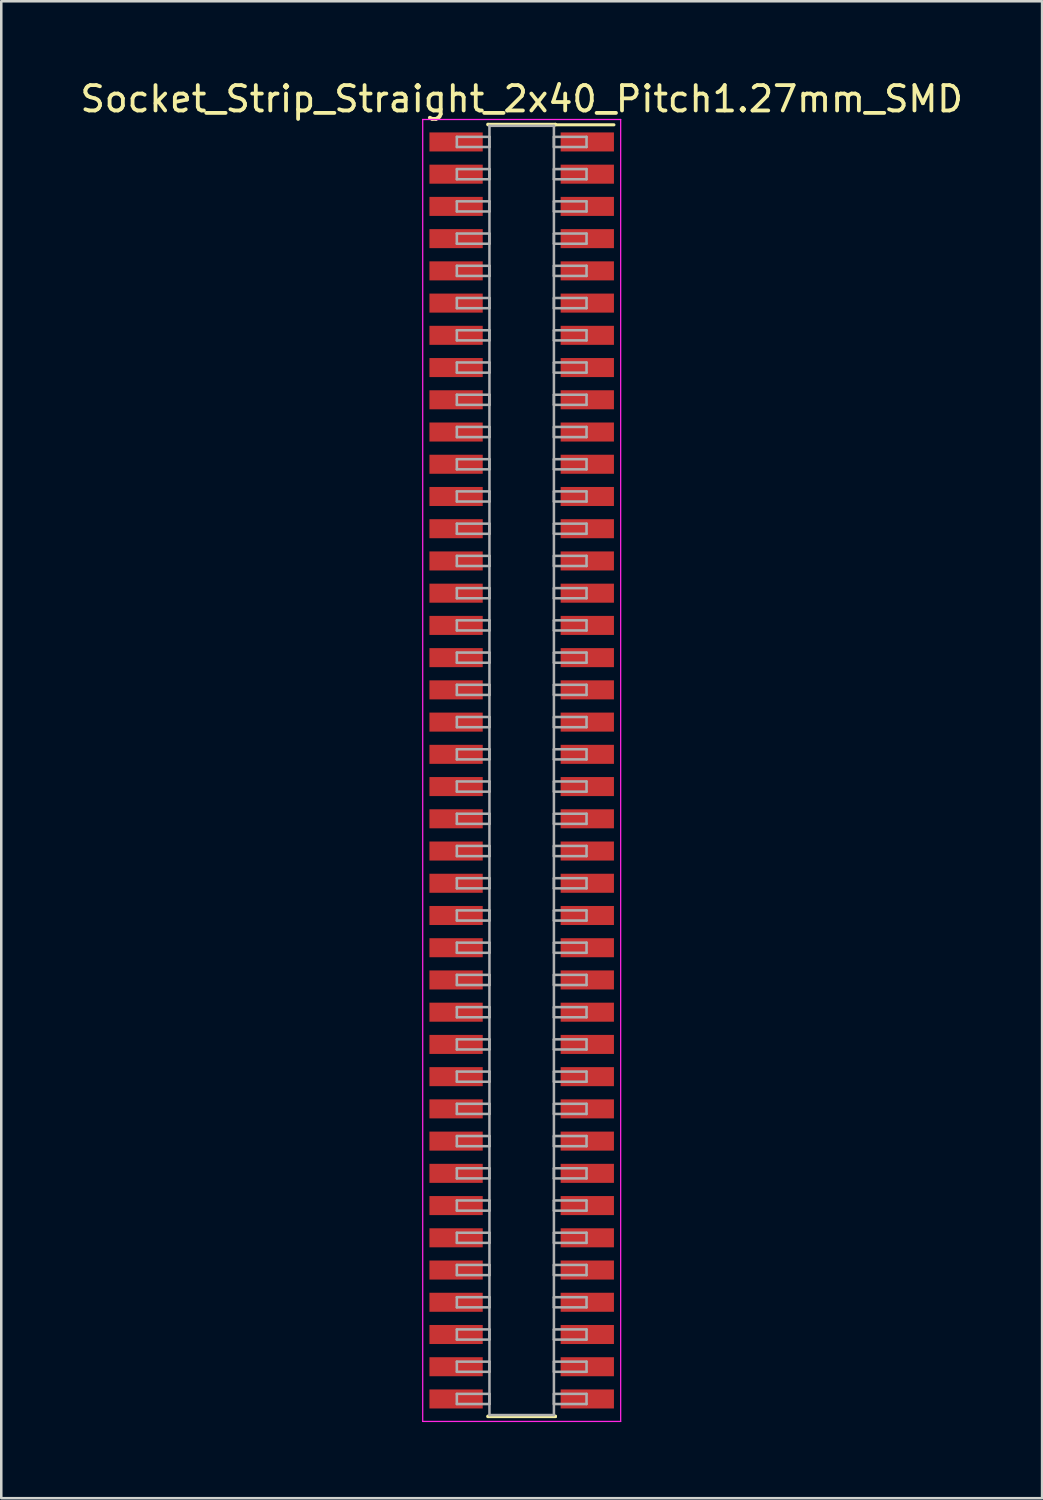
<source format=kicad_pcb>
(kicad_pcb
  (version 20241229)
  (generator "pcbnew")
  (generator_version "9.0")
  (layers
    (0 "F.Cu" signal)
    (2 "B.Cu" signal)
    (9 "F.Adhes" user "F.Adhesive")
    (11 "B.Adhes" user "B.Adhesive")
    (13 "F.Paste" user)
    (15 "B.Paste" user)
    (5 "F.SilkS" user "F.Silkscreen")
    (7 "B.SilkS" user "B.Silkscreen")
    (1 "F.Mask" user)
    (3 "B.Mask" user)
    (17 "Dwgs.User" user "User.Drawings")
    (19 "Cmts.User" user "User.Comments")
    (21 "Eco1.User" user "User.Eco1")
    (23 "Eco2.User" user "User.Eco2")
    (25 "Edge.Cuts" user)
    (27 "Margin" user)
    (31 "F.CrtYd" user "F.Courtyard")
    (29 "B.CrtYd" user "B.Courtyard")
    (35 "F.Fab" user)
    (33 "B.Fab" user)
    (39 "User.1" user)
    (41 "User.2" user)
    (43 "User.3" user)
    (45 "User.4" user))
  (footprint "Socket_Strip_Straight_2x40_Pitch1.27mm_SMD"
    (layer "F.Cu")
    (at 17.506 27.308)
    (property "Reference" "Socket_Strip_Straight_2x40_Pitch1.27mm_SMD" (at 0 -26.46 0) (layer "F.SilkS") (effects (font (size 1 1) (thickness 0.15))))
    (attr smd)
    (fp_line (start -1.33 -25.46) (end 1.33 -25.46) (stroke (width 0.12) (type solid)) (layer "F.SilkS"))
    (fp_line (start -1.33 -25.44) (end -1.33 -25.46) (stroke (width 0.12) (type solid)) (layer "F.SilkS"))
    (fp_line (start -1.33 25.44) (end -1.33 25.46) (stroke (width 0.12) (type solid)) (layer "F.SilkS"))
    (fp_line (start -1.33 25.46) (end 1.33 25.46) (stroke (width 0.12) (type solid)) (layer "F.SilkS"))
    (fp_line (start 1.33 -25.46) (end 1.33 -25.44) (stroke (width 0.12) (type solid)) (layer "F.SilkS"))
    (fp_line (start 1.33 25.46) (end 1.33 25.44) (stroke (width 0.12) (type solid)) (layer "F.SilkS"))
    (fp_line (start 3.635 -25.44) (end 1.33 -25.44) (stroke (width 0.12) (type solid)) (layer "F.SilkS"))
    (fp_line (start -3.9 -25.65) (end -3.9 25.65) (stroke (width 0.05) (type solid)) (layer "F.CrtYd"))
    (fp_line (start -3.9 25.65) (end 3.9 25.65) (stroke (width 0.05) (type solid)) (layer "F.CrtYd"))
    (fp_line (start 3.9 -25.65) (end -3.9 -25.65) (stroke (width 0.05) (type solid)) (layer "F.CrtYd"))
    (fp_line (start 3.9 25.65) (end 3.9 -25.65) (stroke (width 0.05) (type solid)) (layer "F.CrtYd"))
    (fp_line (start -2.555 -24.965) (end -1.27 -24.965) (stroke (width 0.1) (type solid)) (layer "F.Fab"))
    (fp_line (start -2.555 -24.565) (end -2.555 -24.965) (stroke (width 0.1) (type solid)) (layer "F.Fab"))
    (fp_line (start -2.555 -23.695) (end -1.27 -23.695) (stroke (width 0.1) (type solid)) (layer "F.Fab"))
    (fp_line (start -2.555 -23.295) (end -2.555 -23.695) (stroke (width 0.1) (type solid)) (layer "F.Fab"))
    (fp_line (start -2.555 -22.425) (end -1.27 -22.425) (stroke (width 0.1) (type solid)) (layer "F.Fab"))
    (fp_line (start -2.555 -22.025) (end -2.555 -22.425) (stroke (width 0.1) (type solid)) (layer "F.Fab"))
    (fp_line (start -2.555 -21.155) (end -1.27 -21.155) (stroke (width 0.1) (type solid)) (layer "F.Fab"))
    (fp_line (start -2.555 -20.755) (end -2.555 -21.155) (stroke (width 0.1) (type solid)) (layer "F.Fab"))
    (fp_line (start -2.555 -19.885) (end -1.27 -19.885) (stroke (width 0.1) (type solid)) (layer "F.Fab"))
    (fp_line (start -2.555 -19.485) (end -2.555 -19.885) (stroke (width 0.1) (type solid)) (layer "F.Fab"))
    (fp_line (start -2.555 -18.615) (end -1.27 -18.615) (stroke (width 0.1) (type solid)) (layer "F.Fab"))
    (fp_line (start -2.555 -18.215) (end -2.555 -18.615) (stroke (width 0.1) (type solid)) (layer "F.Fab"))
    (fp_line (start -2.555 -17.345) (end -1.27 -17.345) (stroke (width 0.1) (type solid)) (layer "F.Fab"))
    (fp_line (start -2.555 -16.945) (end -2.555 -17.345) (stroke (width 0.1) (type solid)) (layer "F.Fab"))
    (fp_line (start -2.555 -16.075) (end -1.27 -16.075) (stroke (width 0.1) (type solid)) (layer "F.Fab"))
    (fp_line (start -2.555 -15.675) (end -2.555 -16.075) (stroke (width 0.1) (type solid)) (layer "F.Fab"))
    (fp_line (start -2.555 -14.805) (end -1.27 -14.805) (stroke (width 0.1) (type solid)) (layer "F.Fab"))
    (fp_line (start -2.555 -14.405) (end -2.555 -14.805) (stroke (width 0.1) (type solid)) (layer "F.Fab"))
    (fp_line (start -2.555 -13.535) (end -1.27 -13.535) (stroke (width 0.1) (type solid)) (layer "F.Fab"))
    (fp_line (start -2.555 -13.135) (end -2.555 -13.535) (stroke (width 0.1) (type solid)) (layer "F.Fab"))
    (fp_line (start -2.555 -12.265) (end -1.27 -12.265) (stroke (width 0.1) (type solid)) (layer "F.Fab"))
    (fp_line (start -2.555 -11.865) (end -2.555 -12.265) (stroke (width 0.1) (type solid)) (layer "F.Fab"))
    (fp_line (start -2.555 -10.995) (end -1.27 -10.995) (stroke (width 0.1) (type solid)) (layer "F.Fab"))
    (fp_line (start -2.555 -10.595) (end -2.555 -10.995) (stroke (width 0.1) (type solid)) (layer "F.Fab"))
    (fp_line (start -2.555 -9.725) (end -1.27 -9.725) (stroke (width 0.1) (type solid)) (layer "F.Fab"))
    (fp_line (start -2.555 -9.325) (end -2.555 -9.725) (stroke (width 0.1) (type solid)) (layer "F.Fab"))
    (fp_line (start -2.555 -8.455) (end -1.27 -8.455) (stroke (width 0.1) (type solid)) (layer "F.Fab"))
    (fp_line (start -2.555 -8.055) (end -2.555 -8.455) (stroke (width 0.1) (type solid)) (layer "F.Fab"))
    (fp_line (start -2.555 -7.185) (end -1.27 -7.185) (stroke (width 0.1) (type solid)) (layer "F.Fab"))
    (fp_line (start -2.555 -6.785) (end -2.555 -7.185) (stroke (width 0.1) (type solid)) (layer "F.Fab"))
    (fp_line (start -2.555 -5.915) (end -1.27 -5.915) (stroke (width 0.1) (type solid)) (layer "F.Fab"))
    (fp_line (start -2.555 -5.515) (end -2.555 -5.915) (stroke (width 0.1) (type solid)) (layer "F.Fab"))
    (fp_line (start -2.555 -4.645) (end -1.27 -4.645) (stroke (width 0.1) (type solid)) (layer "F.Fab"))
    (fp_line (start -2.555 -4.245) (end -2.555 -4.645) (stroke (width 0.1) (type solid)) (layer "F.Fab"))
    (fp_line (start -2.555 -3.375) (end -1.27 -3.375) (stroke (width 0.1) (type solid)) (layer "F.Fab"))
    (fp_line (start -2.555 -2.975) (end -2.555 -3.375) (stroke (width 0.1) (type solid)) (layer "F.Fab"))
    (fp_line (start -2.555 -2.105) (end -1.27 -2.105) (stroke (width 0.1) (type solid)) (layer "F.Fab"))
    (fp_line (start -2.555 -1.705) (end -2.555 -2.105) (stroke (width 0.1) (type solid)) (layer "F.Fab"))
    (fp_line (start -2.555 -0.835) (end -1.27 -0.835) (stroke (width 0.1) (type solid)) (layer "F.Fab"))
    (fp_line (start -2.555 -0.435) (end -2.555 -0.835) (stroke (width 0.1) (type solid)) (layer "F.Fab"))
    (fp_line (start -2.555 0.435) (end -1.27 0.435) (stroke (width 0.1) (type solid)) (layer "F.Fab"))
    (fp_line (start -2.555 0.835) (end -2.555 0.435) (stroke (width 0.1) (type solid)) (layer "F.Fab"))
    (fp_line (start -2.555 1.705) (end -1.27 1.705) (stroke (width 0.1) (type solid)) (layer "F.Fab"))
    (fp_line (start -2.555 2.105) (end -2.555 1.705) (stroke (width 0.1) (type solid)) (layer "F.Fab"))
    (fp_line (start -2.555 2.975) (end -1.27 2.975) (stroke (width 0.1) (type solid)) (layer "F.Fab"))
    (fp_line (start -2.555 3.375) (end -2.555 2.975) (stroke (width 0.1) (type solid)) (layer "F.Fab"))
    (fp_line (start -2.555 4.245) (end -1.27 4.245) (stroke (width 0.1) (type solid)) (layer "F.Fab"))
    (fp_line (start -2.555 4.645) (end -2.555 4.245) (stroke (width 0.1) (type solid)) (layer "F.Fab"))
    (fp_line (start -2.555 5.515) (end -1.27 5.515) (stroke (width 0.1) (type solid)) (layer "F.Fab"))
    (fp_line (start -2.555 5.915) (end -2.555 5.515) (stroke (width 0.1) (type solid)) (layer "F.Fab"))
    (fp_line (start -2.555 6.785) (end -1.27 6.785) (stroke (width 0.1) (type solid)) (layer "F.Fab"))
    (fp_line (start -2.555 7.185) (end -2.555 6.785) (stroke (width 0.1) (type solid)) (layer "F.Fab"))
    (fp_line (start -2.555 8.055) (end -1.27 8.055) (stroke (width 0.1) (type solid)) (layer "F.Fab"))
    (fp_line (start -2.555 8.455) (end -2.555 8.055) (stroke (width 0.1) (type solid)) (layer "F.Fab"))
    (fp_line (start -2.555 9.325) (end -1.27 9.325) (stroke (width 0.1) (type solid)) (layer "F.Fab"))
    (fp_line (start -2.555 9.725) (end -2.555 9.325) (stroke (width 0.1) (type solid)) (layer "F.Fab"))
    (fp_line (start -2.555 10.595) (end -1.27 10.595) (stroke (width 0.1) (type solid)) (layer "F.Fab"))
    (fp_line (start -2.555 10.995) (end -2.555 10.595) (stroke (width 0.1) (type solid)) (layer "F.Fab"))
    (fp_line (start -2.555 11.865) (end -1.27 11.865) (stroke (width 0.1) (type solid)) (layer "F.Fab"))
    (fp_line (start -2.555 12.265) (end -2.555 11.865) (stroke (width 0.1) (type solid)) (layer "F.Fab"))
    (fp_line (start -2.555 13.135) (end -1.27 13.135) (stroke (width 0.1) (type solid)) (layer "F.Fab"))
    (fp_line (start -2.555 13.535) (end -2.555 13.135) (stroke (width 0.1) (type solid)) (layer "F.Fab"))
    (fp_line (start -2.555 14.405) (end -1.27 14.405) (stroke (width 0.1) (type solid)) (layer "F.Fab"))
    (fp_line (start -2.555 14.805) (end -2.555 14.405) (stroke (width 0.1) (type solid)) (layer "F.Fab"))
    (fp_line (start -2.555 15.675) (end -1.27 15.675) (stroke (width 0.1) (type solid)) (layer "F.Fab"))
    (fp_line (start -2.555 16.075) (end -2.555 15.675) (stroke (width 0.1) (type solid)) (layer "F.Fab"))
    (fp_line (start -2.555 16.945) (end -1.27 16.945) (stroke (width 0.1) (type solid)) (layer "F.Fab"))
    (fp_line (start -2.555 17.345) (end -2.555 16.945) (stroke (width 0.1) (type solid)) (layer "F.Fab"))
    (fp_line (start -2.555 18.215) (end -1.27 18.215) (stroke (width 0.1) (type solid)) (layer "F.Fab"))
    (fp_line (start -2.555 18.615) (end -2.555 18.215) (stroke (width 0.1) (type solid)) (layer "F.Fab"))
    (fp_line (start -2.555 19.485) (end -1.27 19.485) (stroke (width 0.1) (type solid)) (layer "F.Fab"))
    (fp_line (start -2.555 19.885) (end -2.555 19.485) (stroke (width 0.1) (type solid)) (layer "F.Fab"))
    (fp_line (start -2.555 20.755) (end -1.27 20.755) (stroke (width 0.1) (type solid)) (layer "F.Fab"))
    (fp_line (start -2.555 21.155) (end -2.555 20.755) (stroke (width 0.1) (type solid)) (layer "F.Fab"))
    (fp_line (start -2.555 22.025) (end -1.27 22.025) (stroke (width 0.1) (type solid)) (layer "F.Fab"))
    (fp_line (start -2.555 22.425) (end -2.555 22.025) (stroke (width 0.1) (type solid)) (layer "F.Fab"))
    (fp_line (start -2.555 23.295) (end -1.27 23.295) (stroke (width 0.1) (type solid)) (layer "F.Fab"))
    (fp_line (start -2.555 23.695) (end -2.555 23.295) (stroke (width 0.1) (type solid)) (layer "F.Fab"))
    (fp_line (start -2.555 24.565) (end -1.27 24.565) (stroke (width 0.1) (type solid)) (layer "F.Fab"))
    (fp_line (start -2.555 24.965) (end -2.555 24.565) (stroke (width 0.1) (type solid)) (layer "F.Fab"))
    (fp_line (start -1.27 -25.4) (end -1.27 25.4) (stroke (width 0.1) (type solid)) (layer "F.Fab"))
    (fp_line (start -1.27 -24.965) (end -1.27 -24.565) (stroke (width 0.1) (type solid)) (layer "F.Fab"))
    (fp_line (start -1.27 -24.565) (end -2.555 -24.565) (stroke (width 0.1) (type solid)) (layer "F.Fab"))
    (fp_line (start -1.27 -23.695) (end -1.27 -23.295) (stroke (width 0.1) (type solid)) (layer "F.Fab"))
    (fp_line (start -1.27 -23.295) (end -2.555 -23.295) (stroke (width 0.1) (type solid)) (layer "F.Fab"))
    (fp_line (start -1.27 -22.425) (end -1.27 -22.025) (stroke (width 0.1) (type solid)) (layer "F.Fab"))
    (fp_line (start -1.27 -22.025) (end -2.555 -22.025) (stroke (width 0.1) (type solid)) (layer "F.Fab"))
    (fp_line (start -1.27 -21.155) (end -1.27 -20.755) (stroke (width 0.1) (type solid)) (layer "F.Fab"))
    (fp_line (start -1.27 -20.755) (end -2.555 -20.755) (stroke (width 0.1) (type solid)) (layer "F.Fab"))
    (fp_line (start -1.27 -19.885) (end -1.27 -19.485) (stroke (width 0.1) (type solid)) (layer "F.Fab"))
    (fp_line (start -1.27 -19.485) (end -2.555 -19.485) (stroke (width 0.1) (type solid)) (layer "F.Fab"))
    (fp_line (start -1.27 -18.615) (end -1.27 -18.215) (stroke (width 0.1) (type solid)) (layer "F.Fab"))
    (fp_line (start -1.27 -18.215) (end -2.555 -18.215) (stroke (width 0.1) (type solid)) (layer "F.Fab"))
    (fp_line (start -1.27 -17.345) (end -1.27 -16.945) (stroke (width 0.1) (type solid)) (layer "F.Fab"))
    (fp_line (start -1.27 -16.945) (end -2.555 -16.945) (stroke (width 0.1) (type solid)) (layer "F.Fab"))
    (fp_line (start -1.27 -16.075) (end -1.27 -15.675) (stroke (width 0.1) (type solid)) (layer "F.Fab"))
    (fp_line (start -1.27 -15.675) (end -2.555 -15.675) (stroke (width 0.1) (type solid)) (layer "F.Fab"))
    (fp_line (start -1.27 -14.805) (end -1.27 -14.405) (stroke (width 0.1) (type solid)) (layer "F.Fab"))
    (fp_line (start -1.27 -14.405) (end -2.555 -14.405) (stroke (width 0.1) (type solid)) (layer "F.Fab"))
    (fp_line (start -1.27 -13.535) (end -1.27 -13.135) (stroke (width 0.1) (type solid)) (layer "F.Fab"))
    (fp_line (start -1.27 -13.135) (end -2.555 -13.135) (stroke (width 0.1) (type solid)) (layer "F.Fab"))
    (fp_line (start -1.27 -12.265) (end -1.27 -11.865) (stroke (width 0.1) (type solid)) (layer "F.Fab"))
    (fp_line (start -1.27 -11.865) (end -2.555 -11.865) (stroke (width 0.1) (type solid)) (layer "F.Fab"))
    (fp_line (start -1.27 -10.995) (end -1.27 -10.595) (stroke (width 0.1) (type solid)) (layer "F.Fab"))
    (fp_line (start -1.27 -10.595) (end -2.555 -10.595) (stroke (width 0.1) (type solid)) (layer "F.Fab"))
    (fp_line (start -1.27 -9.725) (end -1.27 -9.325) (stroke (width 0.1) (type solid)) (layer "F.Fab"))
    (fp_line (start -1.27 -9.325) (end -2.555 -9.325) (stroke (width 0.1) (type solid)) (layer "F.Fab"))
    (fp_line (start -1.27 -8.455) (end -1.27 -8.055) (stroke (width 0.1) (type solid)) (layer "F.Fab"))
    (fp_line (start -1.27 -8.055) (end -2.555 -8.055) (stroke (width 0.1) (type solid)) (layer "F.Fab"))
    (fp_line (start -1.27 -7.185) (end -1.27 -6.785) (stroke (width 0.1) (type solid)) (layer "F.Fab"))
    (fp_line (start -1.27 -6.785) (end -2.555 -6.785) (stroke (width 0.1) (type solid)) (layer "F.Fab"))
    (fp_line (start -1.27 -5.915) (end -1.27 -5.515) (stroke (width 0.1) (type solid)) (layer "F.Fab"))
    (fp_line (start -1.27 -5.515) (end -2.555 -5.515) (stroke (width 0.1) (type solid)) (layer "F.Fab"))
    (fp_line (start -1.27 -4.645) (end -1.27 -4.245) (stroke (width 0.1) (type solid)) (layer "F.Fab"))
    (fp_line (start -1.27 -4.245) (end -2.555 -4.245) (stroke (width 0.1) (type solid)) (layer "F.Fab"))
    (fp_line (start -1.27 -3.375) (end -1.27 -2.975) (stroke (width 0.1) (type solid)) (layer "F.Fab"))
    (fp_line (start -1.27 -2.975) (end -2.555 -2.975) (stroke (width 0.1) (type solid)) (layer "F.Fab"))
    (fp_line (start -1.27 -2.105) (end -1.27 -1.705) (stroke (width 0.1) (type solid)) (layer "F.Fab"))
    (fp_line (start -1.27 -1.705) (end -2.555 -1.705) (stroke (width 0.1) (type solid)) (layer "F.Fab"))
    (fp_line (start -1.27 -0.835) (end -1.27 -0.435) (stroke (width 0.1) (type solid)) (layer "F.Fab"))
    (fp_line (start -1.27 -0.435) (end -2.555 -0.435) (stroke (width 0.1) (type solid)) (layer "F.Fab"))
    (fp_line (start -1.27 0.435) (end -1.27 0.835) (stroke (width 0.1) (type solid)) (layer "F.Fab"))
    (fp_line (start -1.27 0.835) (end -2.555 0.835) (stroke (width 0.1) (type solid)) (layer "F.Fab"))
    (fp_line (start -1.27 1.705) (end -1.27 2.105) (stroke (width 0.1) (type solid)) (layer "F.Fab"))
    (fp_line (start -1.27 2.105) (end -2.555 2.105) (stroke (width 0.1) (type solid)) (layer "F.Fab"))
    (fp_line (start -1.27 2.975) (end -1.27 3.375) (stroke (width 0.1) (type solid)) (layer "F.Fab"))
    (fp_line (start -1.27 3.375) (end -2.555 3.375) (stroke (width 0.1) (type solid)) (layer "F.Fab"))
    (fp_line (start -1.27 4.245) (end -1.27 4.645) (stroke (width 0.1) (type solid)) (layer "F.Fab"))
    (fp_line (start -1.27 4.645) (end -2.555 4.645) (stroke (width 0.1) (type solid)) (layer "F.Fab"))
    (fp_line (start -1.27 5.515) (end -1.27 5.915) (stroke (width 0.1) (type solid)) (layer "F.Fab"))
    (fp_line (start -1.27 5.915) (end -2.555 5.915) (stroke (width 0.1) (type solid)) (layer "F.Fab"))
    (fp_line (start -1.27 6.785) (end -1.27 7.185) (stroke (width 0.1) (type solid)) (layer "F.Fab"))
    (fp_line (start -1.27 7.185) (end -2.555 7.185) (stroke (width 0.1) (type solid)) (layer "F.Fab"))
    (fp_line (start -1.27 8.055) (end -1.27 8.455) (stroke (width 0.1) (type solid)) (layer "F.Fab"))
    (fp_line (start -1.27 8.455) (end -2.555 8.455) (stroke (width 0.1) (type solid)) (layer "F.Fab"))
    (fp_line (start -1.27 9.325) (end -1.27 9.725) (stroke (width 0.1) (type solid)) (layer "F.Fab"))
    (fp_line (start -1.27 9.725) (end -2.555 9.725) (stroke (width 0.1) (type solid)) (layer "F.Fab"))
    (fp_line (start -1.27 10.595) (end -1.27 10.995) (stroke (width 0.1) (type solid)) (layer "F.Fab"))
    (fp_line (start -1.27 10.995) (end -2.555 10.995) (stroke (width 0.1) (type solid)) (layer "F.Fab"))
    (fp_line (start -1.27 11.865) (end -1.27 12.265) (stroke (width 0.1) (type solid)) (layer "F.Fab"))
    (fp_line (start -1.27 12.265) (end -2.555 12.265) (stroke (width 0.1) (type solid)) (layer "F.Fab"))
    (fp_line (start -1.27 13.135) (end -1.27 13.535) (stroke (width 0.1) (type solid)) (layer "F.Fab"))
    (fp_line (start -1.27 13.535) (end -2.555 13.535) (stroke (width 0.1) (type solid)) (layer "F.Fab"))
    (fp_line (start -1.27 14.405) (end -1.27 14.805) (stroke (width 0.1) (type solid)) (layer "F.Fab"))
    (fp_line (start -1.27 14.805) (end -2.555 14.805) (stroke (width 0.1) (type solid)) (layer "F.Fab"))
    (fp_line (start -1.27 15.675) (end -1.27 16.075) (stroke (width 0.1) (type solid)) (layer "F.Fab"))
    (fp_line (start -1.27 16.075) (end -2.555 16.075) (stroke (width 0.1) (type solid)) (layer "F.Fab"))
    (fp_line (start -1.27 16.945) (end -1.27 17.345) (stroke (width 0.1) (type solid)) (layer "F.Fab"))
    (fp_line (start -1.27 17.345) (end -2.555 17.345) (stroke (width 0.1) (type solid)) (layer "F.Fab"))
    (fp_line (start -1.27 18.215) (end -1.27 18.615) (stroke (width 0.1) (type solid)) (layer "F.Fab"))
    (fp_line (start -1.27 18.615) (end -2.555 18.615) (stroke (width 0.1) (type solid)) (layer "F.Fab"))
    (fp_line (start -1.27 19.485) (end -1.27 19.885) (stroke (width 0.1) (type solid)) (layer "F.Fab"))
    (fp_line (start -1.27 19.885) (end -2.555 19.885) (stroke (width 0.1) (type solid)) (layer "F.Fab"))
    (fp_line (start -1.27 20.755) (end -1.27 21.155) (stroke (width 0.1) (type solid)) (layer "F.Fab"))
    (fp_line (start -1.27 21.155) (end -2.555 21.155) (stroke (width 0.1) (type solid)) (layer "F.Fab"))
    (fp_line (start -1.27 22.025) (end -1.27 22.425) (stroke (width 0.1) (type solid)) (layer "F.Fab"))
    (fp_line (start -1.27 22.425) (end -2.555 22.425) (stroke (width 0.1) (type solid)) (layer "F.Fab"))
    (fp_line (start -1.27 23.295) (end -1.27 23.695) (stroke (width 0.1) (type solid)) (layer "F.Fab"))
    (fp_line (start -1.27 23.695) (end -2.555 23.695) (stroke (width 0.1) (type solid)) (layer "F.Fab"))
    (fp_line (start -1.27 24.565) (end -1.27 24.965) (stroke (width 0.1) (type solid)) (layer "F.Fab"))
    (fp_line (start -1.27 24.965) (end -2.555 24.965) (stroke (width 0.1) (type solid)) (layer "F.Fab"))
    (fp_line (start -1.27 25.4) (end 1.27 25.4) (stroke (width 0.1) (type solid)) (layer "F.Fab"))
    (fp_line (start 1.27 -25.4) (end -1.27 -25.4) (stroke (width 0.1) (type solid)) (layer "F.Fab"))
    (fp_line (start 1.27 -24.965) (end 1.27 -24.565) (stroke (width 0.1) (type solid)) (layer "F.Fab"))
    (fp_line (start 1.27 -24.565) (end 2.555 -24.565) (stroke (width 0.1) (type solid)) (layer "F.Fab"))
    (fp_line (start 1.27 -23.695) (end 1.27 -23.295) (stroke (width 0.1) (type solid)) (layer "F.Fab"))
    (fp_line (start 1.27 -23.295) (end 2.555 -23.295) (stroke (width 0.1) (type solid)) (layer "F.Fab"))
    (fp_line (start 1.27 -22.425) (end 1.27 -22.025) (stroke (width 0.1) (type solid)) (layer "F.Fab"))
    (fp_line (start 1.27 -22.025) (end 2.555 -22.025) (stroke (width 0.1) (type solid)) (layer "F.Fab"))
    (fp_line (start 1.27 -21.155) (end 1.27 -20.755) (stroke (width 0.1) (type solid)) (layer "F.Fab"))
    (fp_line (start 1.27 -20.755) (end 2.555 -20.755) (stroke (width 0.1) (type solid)) (layer "F.Fab"))
    (fp_line (start 1.27 -19.885) (end 1.27 -19.485) (stroke (width 0.1) (type solid)) (layer "F.Fab"))
    (fp_line (start 1.27 -19.485) (end 2.555 -19.485) (stroke (width 0.1) (type solid)) (layer "F.Fab"))
    (fp_line (start 1.27 -18.615) (end 1.27 -18.215) (stroke (width 0.1) (type solid)) (layer "F.Fab"))
    (fp_line (start 1.27 -18.215) (end 2.555 -18.215) (stroke (width 0.1) (type solid)) (layer "F.Fab"))
    (fp_line (start 1.27 -17.345) (end 1.27 -16.945) (stroke (width 0.1) (type solid)) (layer "F.Fab"))
    (fp_line (start 1.27 -16.945) (end 2.555 -16.945) (stroke (width 0.1) (type solid)) (layer "F.Fab"))
    (fp_line (start 1.27 -16.075) (end 1.27 -15.675) (stroke (width 0.1) (type solid)) (layer "F.Fab"))
    (fp_line (start 1.27 -15.675) (end 2.555 -15.675) (stroke (width 0.1) (type solid)) (layer "F.Fab"))
    (fp_line (start 1.27 -14.805) (end 1.27 -14.405) (stroke (width 0.1) (type solid)) (layer "F.Fab"))
    (fp_line (start 1.27 -14.405) (end 2.555 -14.405) (stroke (width 0.1) (type solid)) (layer "F.Fab"))
    (fp_line (start 1.27 -13.535) (end 1.27 -13.135) (stroke (width 0.1) (type solid)) (layer "F.Fab"))
    (fp_line (start 1.27 -13.135) (end 2.555 -13.135) (stroke (width 0.1) (type solid)) (layer "F.Fab"))
    (fp_line (start 1.27 -12.265) (end 1.27 -11.865) (stroke (width 0.1) (type solid)) (layer "F.Fab"))
    (fp_line (start 1.27 -11.865) (end 2.555 -11.865) (stroke (width 0.1) (type solid)) (layer "F.Fab"))
    (fp_line (start 1.27 -10.995) (end 1.27 -10.595) (stroke (width 0.1) (type solid)) (layer "F.Fab"))
    (fp_line (start 1.27 -10.595) (end 2.555 -10.595) (stroke (width 0.1) (type solid)) (layer "F.Fab"))
    (fp_line (start 1.27 -9.725) (end 1.27 -9.325) (stroke (width 0.1) (type solid)) (layer "F.Fab"))
    (fp_line (start 1.27 -9.325) (end 2.555 -9.325) (stroke (width 0.1) (type solid)) (layer "F.Fab"))
    (fp_line (start 1.27 -8.455) (end 1.27 -8.055) (stroke (width 0.1) (type solid)) (layer "F.Fab"))
    (fp_line (start 1.27 -8.055) (end 2.555 -8.055) (stroke (width 0.1) (type solid)) (layer "F.Fab"))
    (fp_line (start 1.27 -7.185) (end 1.27 -6.785) (stroke (width 0.1) (type solid)) (layer "F.Fab"))
    (fp_line (start 1.27 -6.785) (end 2.555 -6.785) (stroke (width 0.1) (type solid)) (layer "F.Fab"))
    (fp_line (start 1.27 -5.915) (end 1.27 -5.515) (stroke (width 0.1) (type solid)) (layer "F.Fab"))
    (fp_line (start 1.27 -5.515) (end 2.555 -5.515) (stroke (width 0.1) (type solid)) (layer "F.Fab"))
    (fp_line (start 1.27 -4.645) (end 1.27 -4.245) (stroke (width 0.1) (type solid)) (layer "F.Fab"))
    (fp_line (start 1.27 -4.245) (end 2.555 -4.245) (stroke (width 0.1) (type solid)) (layer "F.Fab"))
    (fp_line (start 1.27 -3.375) (end 1.27 -2.975) (stroke (width 0.1) (type solid)) (layer "F.Fab"))
    (fp_line (start 1.27 -2.975) (end 2.555 -2.975) (stroke (width 0.1) (type solid)) (layer "F.Fab"))
    (fp_line (start 1.27 -2.105) (end 1.27 -1.705) (stroke (width 0.1) (type solid)) (layer "F.Fab"))
    (fp_line (start 1.27 -1.705) (end 2.555 -1.705) (stroke (width 0.1) (type solid)) (layer "F.Fab"))
    (fp_line (start 1.27 -0.835) (end 1.27 -0.435) (stroke (width 0.1) (type solid)) (layer "F.Fab"))
    (fp_line (start 1.27 -0.435) (end 2.555 -0.435) (stroke (width 0.1) (type solid)) (layer "F.Fab"))
    (fp_line (start 1.27 0.435) (end 1.27 0.835) (stroke (width 0.1) (type solid)) (layer "F.Fab"))
    (fp_line (start 1.27 0.835) (end 2.555 0.835) (stroke (width 0.1) (type solid)) (layer "F.Fab"))
    (fp_line (start 1.27 1.705) (end 1.27 2.105) (stroke (width 0.1) (type solid)) (layer "F.Fab"))
    (fp_line (start 1.27 2.105) (end 2.555 2.105) (stroke (width 0.1) (type solid)) (layer "F.Fab"))
    (fp_line (start 1.27 2.975) (end 1.27 3.375) (stroke (width 0.1) (type solid)) (layer "F.Fab"))
    (fp_line (start 1.27 3.375) (end 2.555 3.375) (stroke (width 0.1) (type solid)) (layer "F.Fab"))
    (fp_line (start 1.27 4.245) (end 1.27 4.645) (stroke (width 0.1) (type solid)) (layer "F.Fab"))
    (fp_line (start 1.27 4.645) (end 2.555 4.645) (stroke (width 0.1) (type solid)) (layer "F.Fab"))
    (fp_line (start 1.27 5.515) (end 1.27 5.915) (stroke (width 0.1) (type solid)) (layer "F.Fab"))
    (fp_line (start 1.27 5.915) (end 2.555 5.915) (stroke (width 0.1) (type solid)) (layer "F.Fab"))
    (fp_line (start 1.27 6.785) (end 1.27 7.185) (stroke (width 0.1) (type solid)) (layer "F.Fab"))
    (fp_line (start 1.27 7.185) (end 2.555 7.185) (stroke (width 0.1) (type solid)) (layer "F.Fab"))
    (fp_line (start 1.27 8.055) (end 1.27 8.455) (stroke (width 0.1) (type solid)) (layer "F.Fab"))
    (fp_line (start 1.27 8.455) (end 2.555 8.455) (stroke (width 0.1) (type solid)) (layer "F.Fab"))
    (fp_line (start 1.27 9.325) (end 1.27 9.725) (stroke (width 0.1) (type solid)) (layer "F.Fab"))
    (fp_line (start 1.27 9.725) (end 2.555 9.725) (stroke (width 0.1) (type solid)) (layer "F.Fab"))
    (fp_line (start 1.27 10.595) (end 1.27 10.995) (stroke (width 0.1) (type solid)) (layer "F.Fab"))
    (fp_line (start 1.27 10.995) (end 2.555 10.995) (stroke (width 0.1) (type solid)) (layer "F.Fab"))
    (fp_line (start 1.27 11.865) (end 1.27 12.265) (stroke (width 0.1) (type solid)) (layer "F.Fab"))
    (fp_line (start 1.27 12.265) (end 2.555 12.265) (stroke (width 0.1) (type solid)) (layer "F.Fab"))
    (fp_line (start 1.27 13.135) (end 1.27 13.535) (stroke (width 0.1) (type solid)) (layer "F.Fab"))
    (fp_line (start 1.27 13.535) (end 2.555 13.535) (stroke (width 0.1) (type solid)) (layer "F.Fab"))
    (fp_line (start 1.27 14.405) (end 1.27 14.805) (stroke (width 0.1) (type solid)) (layer "F.Fab"))
    (fp_line (start 1.27 14.805) (end 2.555 14.805) (stroke (width 0.1) (type solid)) (layer "F.Fab"))
    (fp_line (start 1.27 15.675) (end 1.27 16.075) (stroke (width 0.1) (type solid)) (layer "F.Fab"))
    (fp_line (start 1.27 16.075) (end 2.555 16.075) (stroke (width 0.1) (type solid)) (layer "F.Fab"))
    (fp_line (start 1.27 16.945) (end 1.27 17.345) (stroke (width 0.1) (type solid)) (layer "F.Fab"))
    (fp_line (start 1.27 17.345) (end 2.555 17.345) (stroke (width 0.1) (type solid)) (layer "F.Fab"))
    (fp_line (start 1.27 18.215) (end 1.27 18.615) (stroke (width 0.1) (type solid)) (layer "F.Fab"))
    (fp_line (start 1.27 18.615) (end 2.555 18.615) (stroke (width 0.1) (type solid)) (layer "F.Fab"))
    (fp_line (start 1.27 19.485) (end 1.27 19.885) (stroke (width 0.1) (type solid)) (layer "F.Fab"))
    (fp_line (start 1.27 19.885) (end 2.555 19.885) (stroke (width 0.1) (type solid)) (layer "F.Fab"))
    (fp_line (start 1.27 20.755) (end 1.27 21.155) (stroke (width 0.1) (type solid)) (layer "F.Fab"))
    (fp_line (start 1.27 21.155) (end 2.555 21.155) (stroke (width 0.1) (type solid)) (layer "F.Fab"))
    (fp_line (start 1.27 22.025) (end 1.27 22.425) (stroke (width 0.1) (type solid)) (layer "F.Fab"))
    (fp_line (start 1.27 22.425) (end 2.555 22.425) (stroke (width 0.1) (type solid)) (layer "F.Fab"))
    (fp_line (start 1.27 23.295) (end 1.27 23.695) (stroke (width 0.1) (type solid)) (layer "F.Fab"))
    (fp_line (start 1.27 23.695) (end 2.555 23.695) (stroke (width 0.1) (type solid)) (layer "F.Fab"))
    (fp_line (start 1.27 24.565) (end 1.27 24.965) (stroke (width 0.1) (type solid)) (layer "F.Fab"))
    (fp_line (start 1.27 24.965) (end 2.555 24.965) (stroke (width 0.1) (type solid)) (layer "F.Fab"))
    (fp_line (start 1.27 25.4) (end 1.27 -25.4) (stroke (width 0.1) (type solid)) (layer "F.Fab"))
    (fp_line (start 2.555 -24.965) (end 1.27 -24.965) (stroke (width 0.1) (type solid)) (layer "F.Fab"))
    (fp_line (start 2.555 -24.565) (end 2.555 -24.965) (stroke (width 0.1) (type solid)) (layer "F.Fab"))
    (fp_line (start 2.555 -23.695) (end 1.27 -23.695) (stroke (width 0.1) (type solid)) (layer "F.Fab"))
    (fp_line (start 2.555 -23.295) (end 2.555 -23.695) (stroke (width 0.1) (type solid)) (layer "F.Fab"))
    (fp_line (start 2.555 -22.425) (end 1.27 -22.425) (stroke (width 0.1) (type solid)) (layer "F.Fab"))
    (fp_line (start 2.555 -22.025) (end 2.555 -22.425) (stroke (width 0.1) (type solid)) (layer "F.Fab"))
    (fp_line (start 2.555 -21.155) (end 1.27 -21.155) (stroke (width 0.1) (type solid)) (layer "F.Fab"))
    (fp_line (start 2.555 -20.755) (end 2.555 -21.155) (stroke (width 0.1) (type solid)) (layer "F.Fab"))
    (fp_line (start 2.555 -19.885) (end 1.27 -19.885) (stroke (width 0.1) (type solid)) (layer "F.Fab"))
    (fp_line (start 2.555 -19.485) (end 2.555 -19.885) (stroke (width 0.1) (type solid)) (layer "F.Fab"))
    (fp_line (start 2.555 -18.615) (end 1.27 -18.615) (stroke (width 0.1) (type solid)) (layer "F.Fab"))
    (fp_line (start 2.555 -18.215) (end 2.555 -18.615) (stroke (width 0.1) (type solid)) (layer "F.Fab"))
    (fp_line (start 2.555 -17.345) (end 1.27 -17.345) (stroke (width 0.1) (type solid)) (layer "F.Fab"))
    (fp_line (start 2.555 -16.945) (end 2.555 -17.345) (stroke (width 0.1) (type solid)) (layer "F.Fab"))
    (fp_line (start 2.555 -16.075) (end 1.27 -16.075) (stroke (width 0.1) (type solid)) (layer "F.Fab"))
    (fp_line (start 2.555 -15.675) (end 2.555 -16.075) (stroke (width 0.1) (type solid)) (layer "F.Fab"))
    (fp_line (start 2.555 -14.805) (end 1.27 -14.805) (stroke (width 0.1) (type solid)) (layer "F.Fab"))
    (fp_line (start 2.555 -14.405) (end 2.555 -14.805) (stroke (width 0.1) (type solid)) (layer "F.Fab"))
    (fp_line (start 2.555 -13.535) (end 1.27 -13.535) (stroke (width 0.1) (type solid)) (layer "F.Fab"))
    (fp_line (start 2.555 -13.135) (end 2.555 -13.535) (stroke (width 0.1) (type solid)) (layer "F.Fab"))
    (fp_line (start 2.555 -12.265) (end 1.27 -12.265) (stroke (width 0.1) (type solid)) (layer "F.Fab"))
    (fp_line (start 2.555 -11.865) (end 2.555 -12.265) (stroke (width 0.1) (type solid)) (layer "F.Fab"))
    (fp_line (start 2.555 -10.995) (end 1.27 -10.995) (stroke (width 0.1) (type solid)) (layer "F.Fab"))
    (fp_line (start 2.555 -10.595) (end 2.555 -10.995) (stroke (width 0.1) (type solid)) (layer "F.Fab"))
    (fp_line (start 2.555 -9.725) (end 1.27 -9.725) (stroke (width 0.1) (type solid)) (layer "F.Fab"))
    (fp_line (start 2.555 -9.325) (end 2.555 -9.725) (stroke (width 0.1) (type solid)) (layer "F.Fab"))
    (fp_line (start 2.555 -8.455) (end 1.27 -8.455) (stroke (width 0.1) (type solid)) (layer "F.Fab"))
    (fp_line (start 2.555 -8.055) (end 2.555 -8.455) (stroke (width 0.1) (type solid)) (layer "F.Fab"))
    (fp_line (start 2.555 -7.185) (end 1.27 -7.185) (stroke (width 0.1) (type solid)) (layer "F.Fab"))
    (fp_line (start 2.555 -6.785) (end 2.555 -7.185) (stroke (width 0.1) (type solid)) (layer "F.Fab"))
    (fp_line (start 2.555 -5.915) (end 1.27 -5.915) (stroke (width 0.1) (type solid)) (layer "F.Fab"))
    (fp_line (start 2.555 -5.515) (end 2.555 -5.915) (stroke (width 0.1) (type solid)) (layer "F.Fab"))
    (fp_line (start 2.555 -4.645) (end 1.27 -4.645) (stroke (width 0.1) (type solid)) (layer "F.Fab"))
    (fp_line (start 2.555 -4.245) (end 2.555 -4.645) (stroke (width 0.1) (type solid)) (layer "F.Fab"))
    (fp_line (start 2.555 -3.375) (end 1.27 -3.375) (stroke (width 0.1) (type solid)) (layer "F.Fab"))
    (fp_line (start 2.555 -2.975) (end 2.555 -3.375) (stroke (width 0.1) (type solid)) (layer "F.Fab"))
    (fp_line (start 2.555 -2.105) (end 1.27 -2.105) (stroke (width 0.1) (type solid)) (layer "F.Fab"))
    (fp_line (start 2.555 -1.705) (end 2.555 -2.105) (stroke (width 0.1) (type solid)) (layer "F.Fab"))
    (fp_line (start 2.555 -0.835) (end 1.27 -0.835) (stroke (width 0.1) (type solid)) (layer "F.Fab"))
    (fp_line (start 2.555 -0.435) (end 2.555 -0.835) (stroke (width 0.1) (type solid)) (layer "F.Fab"))
    (fp_line (start 2.555 0.435) (end 1.27 0.435) (stroke (width 0.1) (type solid)) (layer "F.Fab"))
    (fp_line (start 2.555 0.835) (end 2.555 0.435) (stroke (width 0.1) (type solid)) (layer "F.Fab"))
    (fp_line (start 2.555 1.705) (end 1.27 1.705) (stroke (width 0.1) (type solid)) (layer "F.Fab"))
    (fp_line (start 2.555 2.105) (end 2.555 1.705) (stroke (width 0.1) (type solid)) (layer "F.Fab"))
    (fp_line (start 2.555 2.975) (end 1.27 2.975) (stroke (width 0.1) (type solid)) (layer "F.Fab"))
    (fp_line (start 2.555 3.375) (end 2.555 2.975) (stroke (width 0.1) (type solid)) (layer "F.Fab"))
    (fp_line (start 2.555 4.245) (end 1.27 4.245) (stroke (width 0.1) (type solid)) (layer "F.Fab"))
    (fp_line (start 2.555 4.645) (end 2.555 4.245) (stroke (width 0.1) (type solid)) (layer "F.Fab"))
    (fp_line (start 2.555 5.515) (end 1.27 5.515) (stroke (width 0.1) (type solid)) (layer "F.Fab"))
    (fp_line (start 2.555 5.915) (end 2.555 5.515) (stroke (width 0.1) (type solid)) (layer "F.Fab"))
    (fp_line (start 2.555 6.785) (end 1.27 6.785) (stroke (width 0.1) (type solid)) (layer "F.Fab"))
    (fp_line (start 2.555 7.185) (end 2.555 6.785) (stroke (width 0.1) (type solid)) (layer "F.Fab"))
    (fp_line (start 2.555 8.055) (end 1.27 8.055) (stroke (width 0.1) (type solid)) (layer "F.Fab"))
    (fp_line (start 2.555 8.455) (end 2.555 8.055) (stroke (width 0.1) (type solid)) (layer "F.Fab"))
    (fp_line (start 2.555 9.325) (end 1.27 9.325) (stroke (width 0.1) (type solid)) (layer "F.Fab"))
    (fp_line (start 2.555 9.725) (end 2.555 9.325) (stroke (width 0.1) (type solid)) (layer "F.Fab"))
    (fp_line (start 2.555 10.595) (end 1.27 10.595) (stroke (width 0.1) (type solid)) (layer "F.Fab"))
    (fp_line (start 2.555 10.995) (end 2.555 10.595) (stroke (width 0.1) (type solid)) (layer "F.Fab"))
    (fp_line (start 2.555 11.865) (end 1.27 11.865) (stroke (width 0.1) (type solid)) (layer "F.Fab"))
    (fp_line (start 2.555 12.265) (end 2.555 11.865) (stroke (width 0.1) (type solid)) (layer "F.Fab"))
    (fp_line (start 2.555 13.135) (end 1.27 13.135) (stroke (width 0.1) (type solid)) (layer "F.Fab"))
    (fp_line (start 2.555 13.535) (end 2.555 13.135) (stroke (width 0.1) (type solid)) (layer "F.Fab"))
    (fp_line (start 2.555 14.405) (end 1.27 14.405) (stroke (width 0.1) (type solid)) (layer "F.Fab"))
    (fp_line (start 2.555 14.805) (end 2.555 14.405) (stroke (width 0.1) (type solid)) (layer "F.Fab"))
    (fp_line (start 2.555 15.675) (end 1.27 15.675) (stroke (width 0.1) (type solid)) (layer "F.Fab"))
    (fp_line (start 2.555 16.075) (end 2.555 15.675) (stroke (width 0.1) (type solid)) (layer "F.Fab"))
    (fp_line (start 2.555 16.945) (end 1.27 16.945) (stroke (width 0.1) (type solid)) (layer "F.Fab"))
    (fp_line (start 2.555 17.345) (end 2.555 16.945) (stroke (width 0.1) (type solid)) (layer "F.Fab"))
    (fp_line (start 2.555 18.215) (end 1.27 18.215) (stroke (width 0.1) (type solid)) (layer "F.Fab"))
    (fp_line (start 2.555 18.615) (end 2.555 18.215) (stroke (width 0.1) (type solid)) (layer "F.Fab"))
    (fp_line (start 2.555 19.485) (end 1.27 19.485) (stroke (width 0.1) (type solid)) (layer "F.Fab"))
    (fp_line (start 2.555 19.885) (end 2.555 19.485) (stroke (width 0.1) (type solid)) (layer "F.Fab"))
    (fp_line (start 2.555 20.755) (end 1.27 20.755) (stroke (width 0.1) (type solid)) (layer "F.Fab"))
    (fp_line (start 2.555 21.155) (end 2.555 20.755) (stroke (width 0.1) (type solid)) (layer "F.Fab"))
    (fp_line (start 2.555 22.025) (end 1.27 22.025) (stroke (width 0.1) (type solid)) (layer "F.Fab"))
    (fp_line (start 2.555 22.425) (end 2.555 22.025) (stroke (width 0.1) (type solid)) (layer "F.Fab"))
    (fp_line (start 2.555 23.295) (end 1.27 23.295) (stroke (width 0.1) (type solid)) (layer "F.Fab"))
    (fp_line (start 2.555 23.695) (end 2.555 23.295) (stroke (width 0.1) (type solid)) (layer "F.Fab"))
    (fp_line (start 2.555 24.565) (end 1.27 24.565) (stroke (width 0.1) (type solid)) (layer "F.Fab"))
    (fp_line (start 2.555 24.965) (end 2.555 24.565) (stroke (width 0.1) (type solid)) (layer "F.Fab"))
    (pad "1" smd rect (at 2.585 -24.765) (size 2.1 0.75) (layers "F.Cu" "F.Mask"))
    (pad "2" smd rect (at -2.585 -24.765) (size 2.1 0.75) (layers "F.Cu" "F.Mask"))
    (pad "3" smd rect (at 2.585 -23.495) (size 2.1 0.75) (layers "F.Cu" "F.Mask"))
    (pad "4" smd rect (at -2.585 -23.495) (size 2.1 0.75) (layers "F.Cu" "F.Mask"))
    (pad "5" smd rect (at 2.585 -22.225) (size 2.1 0.75) (layers "F.Cu" "F.Mask"))
    (pad "6" smd rect (at -2.585 -22.225) (size 2.1 0.75) (layers "F.Cu" "F.Mask"))
    (pad "7" smd rect (at 2.585 -20.955) (size 2.1 0.75) (layers "F.Cu" "F.Mask"))
    (pad "8" smd rect (at -2.585 -20.955) (size 2.1 0.75) (layers "F.Cu" "F.Mask"))
    (pad "9" smd rect (at 2.585 -19.685) (size 2.1 0.75) (layers "F.Cu" "F.Mask"))
    (pad "10" smd rect (at -2.585 -19.685) (size 2.1 0.75) (layers "F.Cu" "F.Mask"))
    (pad "11" smd rect (at 2.585 -18.415) (size 2.1 0.75) (layers "F.Cu" "F.Mask"))
    (pad "12" smd rect (at -2.585 -18.415) (size 2.1 0.75) (layers "F.Cu" "F.Mask"))
    (pad "13" smd rect (at 2.585 -17.145) (size 2.1 0.75) (layers "F.Cu" "F.Mask"))
    (pad "14" smd rect (at -2.585 -17.145) (size 2.1 0.75) (layers "F.Cu" "F.Mask"))
    (pad "15" smd rect (at 2.585 -15.875) (size 2.1 0.75) (layers "F.Cu" "F.Mask"))
    (pad "16" smd rect (at -2.585 -15.875) (size 2.1 0.75) (layers "F.Cu" "F.Mask"))
    (pad "17" smd rect (at 2.585 -14.605) (size 2.1 0.75) (layers "F.Cu" "F.Mask"))
    (pad "18" smd rect (at -2.585 -14.605) (size 2.1 0.75) (layers "F.Cu" "F.Mask"))
    (pad "19" smd rect (at 2.585 -13.335) (size 2.1 0.75) (layers "F.Cu" "F.Mask"))
    (pad "20" smd rect (at -2.585 -13.335) (size 2.1 0.75) (layers "F.Cu" "F.Mask"))
    (pad "21" smd rect (at 2.585 -12.065) (size 2.1 0.75) (layers "F.Cu" "F.Mask"))
    (pad "22" smd rect (at -2.585 -12.065) (size 2.1 0.75) (layers "F.Cu" "F.Mask"))
    (pad "23" smd rect (at 2.585 -10.795) (size 2.1 0.75) (layers "F.Cu" "F.Mask"))
    (pad "24" smd rect (at -2.585 -10.795) (size 2.1 0.75) (layers "F.Cu" "F.Mask"))
    (pad "25" smd rect (at 2.585 -9.525) (size 2.1 0.75) (layers "F.Cu" "F.Mask"))
    (pad "26" smd rect (at -2.585 -9.525) (size 2.1 0.75) (layers "F.Cu" "F.Mask"))
    (pad "27" smd rect (at 2.585 -8.255) (size 2.1 0.75) (layers "F.Cu" "F.Mask"))
    (pad "28" smd rect (at -2.585 -8.255) (size 2.1 0.75) (layers "F.Cu" "F.Mask"))
    (pad "29" smd rect (at 2.585 -6.985) (size 2.1 0.75) (layers "F.Cu" "F.Mask"))
    (pad "30" smd rect (at -2.585 -6.985) (size 2.1 0.75) (layers "F.Cu" "F.Mask"))
    (pad "31" smd rect (at 2.585 -5.715) (size 2.1 0.75) (layers "F.Cu" "F.Mask"))
    (pad "32" smd rect (at -2.585 -5.715) (size 2.1 0.75) (layers "F.Cu" "F.Mask"))
    (pad "33" smd rect (at 2.585 -4.445) (size 2.1 0.75) (layers "F.Cu" "F.Mask"))
    (pad "34" smd rect (at -2.585 -4.445) (size 2.1 0.75) (layers "F.Cu" "F.Mask"))
    (pad "35" smd rect (at 2.585 -3.175) (size 2.1 0.75) (layers "F.Cu" "F.Mask"))
    (pad "36" smd rect (at -2.585 -3.175) (size 2.1 0.75) (layers "F.Cu" "F.Mask"))
    (pad "37" smd rect (at 2.585 -1.905) (size 2.1 0.75) (layers "F.Cu" "F.Mask"))
    (pad "38" smd rect (at -2.585 -1.905) (size 2.1 0.75) (layers "F.Cu" "F.Mask"))
    (pad "39" smd rect (at 2.585 -0.635) (size 2.1 0.75) (layers "F.Cu" "F.Mask"))
    (pad "40" smd rect (at -2.585 -0.635) (size 2.1 0.75) (layers "F.Cu" "F.Mask"))
    (pad "41" smd rect (at 2.585 0.635) (size 2.1 0.75) (layers "F.Cu" "F.Mask"))
    (pad "42" smd rect (at -2.585 0.635) (size 2.1 0.75) (layers "F.Cu" "F.Mask"))
    (pad "43" smd rect (at 2.585 1.905) (size 2.1 0.75) (layers "F.Cu" "F.Mask"))
    (pad "44" smd rect (at -2.585 1.905) (size 2.1 0.75) (layers "F.Cu" "F.Mask"))
    (pad "45" smd rect (at 2.585 3.175) (size 2.1 0.75) (layers "F.Cu" "F.Mask"))
    (pad "46" smd rect (at -2.585 3.175) (size 2.1 0.75) (layers "F.Cu" "F.Mask"))
    (pad "47" smd rect (at 2.585 4.445) (size 2.1 0.75) (layers "F.Cu" "F.Mask"))
    (pad "48" smd rect (at -2.585 4.445) (size 2.1 0.75) (layers "F.Cu" "F.Mask"))
    (pad "49" smd rect (at 2.585 5.715) (size 2.1 0.75) (layers "F.Cu" "F.Mask"))
    (pad "50" smd rect (at -2.585 5.715) (size 2.1 0.75) (layers "F.Cu" "F.Mask"))
    (pad "51" smd rect (at 2.585 6.985) (size 2.1 0.75) (layers "F.Cu" "F.Mask"))
    (pad "52" smd rect (at -2.585 6.985) (size 2.1 0.75) (layers "F.Cu" "F.Mask"))
    (pad "53" smd rect (at 2.585 8.255) (size 2.1 0.75) (layers "F.Cu" "F.Mask"))
    (pad "54" smd rect (at -2.585 8.255) (size 2.1 0.75) (layers "F.Cu" "F.Mask"))
    (pad "55" smd rect (at 2.585 9.525) (size 2.1 0.75) (layers "F.Cu" "F.Mask"))
    (pad "56" smd rect (at -2.585 9.525) (size 2.1 0.75) (layers "F.Cu" "F.Mask"))
    (pad "57" smd rect (at 2.585 10.795) (size 2.1 0.75) (layers "F.Cu" "F.Mask"))
    (pad "58" smd rect (at -2.585 10.795) (size 2.1 0.75) (layers "F.Cu" "F.Mask"))
    (pad "59" smd rect (at 2.585 12.065) (size 2.1 0.75) (layers "F.Cu" "F.Mask"))
    (pad "60" smd rect (at -2.585 12.065) (size 2.1 0.75) (layers "F.Cu" "F.Mask"))
    (pad "61" smd rect (at 2.585 13.335) (size 2.1 0.75) (layers "F.Cu" "F.Mask"))
    (pad "62" smd rect (at -2.585 13.335) (size 2.1 0.75) (layers "F.Cu" "F.Mask"))
    (pad "63" smd rect (at 2.585 14.605) (size 2.1 0.75) (layers "F.Cu" "F.Mask"))
    (pad "64" smd rect (at -2.585 14.605) (size 2.1 0.75) (layers "F.Cu" "F.Mask"))
    (pad "65" smd rect (at 2.585 15.875) (size 2.1 0.75) (layers "F.Cu" "F.Mask"))
    (pad "66" smd rect (at -2.585 15.875) (size 2.1 0.75) (layers "F.Cu" "F.Mask"))
    (pad "67" smd rect (at 2.585 17.145) (size 2.1 0.75) (layers "F.Cu" "F.Mask"))
    (pad "68" smd rect (at -2.585 17.145) (size 2.1 0.75) (layers "F.Cu" "F.Mask"))
    (pad "69" smd rect (at 2.585 18.415) (size 2.1 0.75) (layers "F.Cu" "F.Mask"))
    (pad "70" smd rect (at -2.585 18.415) (size 2.1 0.75) (layers "F.Cu" "F.Mask"))
    (pad "71" smd rect (at 2.585 19.685) (size 2.1 0.75) (layers "F.Cu" "F.Mask"))
    (pad "72" smd rect (at -2.585 19.685) (size 2.1 0.75) (layers "F.Cu" "F.Mask"))
    (pad "73" smd rect (at 2.585 20.955) (size 2.1 0.75) (layers "F.Cu" "F.Mask"))
    (pad "74" smd rect (at -2.585 20.955) (size 2.1 0.75) (layers "F.Cu" "F.Mask"))
    (pad "75" smd rect (at 2.585 22.225) (size 2.1 0.75) (layers "F.Cu" "F.Mask"))
    (pad "76" smd rect (at -2.585 22.225) (size 2.1 0.75) (layers "F.Cu" "F.Mask"))
    (pad "77" smd rect (at 2.585 23.495) (size 2.1 0.75) (layers "F.Cu" "F.Mask"))
    (pad "78" smd rect (at -2.585 23.495) (size 2.1 0.75) (layers "F.Cu" "F.Mask"))
    (pad "79" smd rect (at 2.585 24.765) (size 2.1 0.75) (layers "F.Cu" "F.Mask"))
    (pad "80" smd rect (at -2.585 24.765) (size 2.1 0.75) (layers "F.Cu" "F.Mask")))
  (gr_rect
    (start -3 -3)
    (end 38.012 55.983)
    (stroke (width 0.1) (type default))
    (fill no)
    (layer "Edge.Cuts")))
</source>
